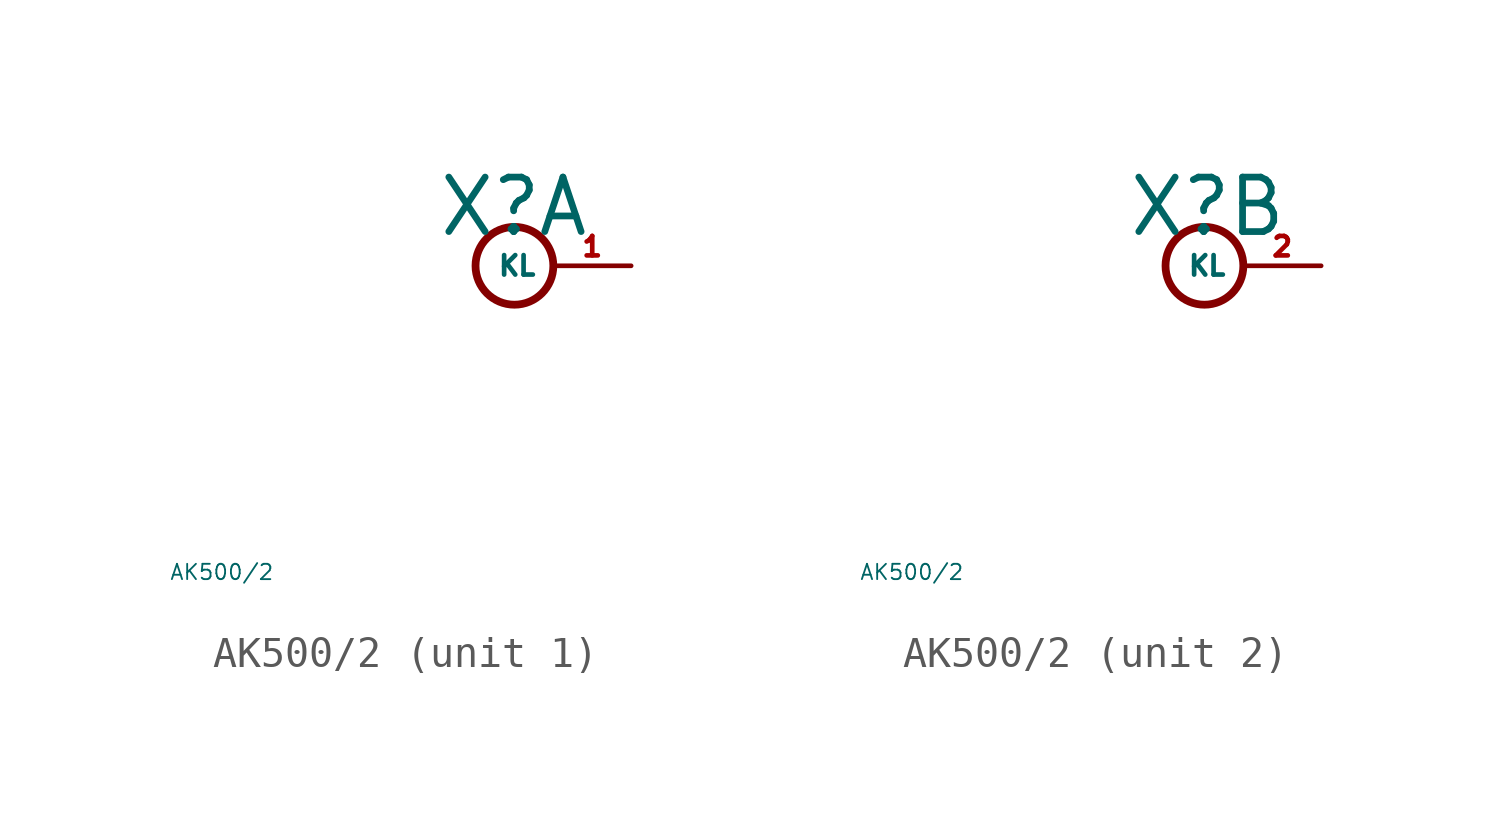
<source format=kicad_sym>
(kicad_symbol_lib
  (version 20220914)
  (generator Eagle2Kicad)
  (symbol "AK500/2"
    (property "Reference" "X"
      (at -1.27 0.889 0)
      (effects (font (size 1.778 1.778) (thickness 0.22)) (justify left bottom)))
    (property "Value" "AK500/2"
      (at -10 -10 0)
      (effects (font (size 0.5 0.5) (thickness 0.06)) (justify left)))
    (symbol "AK500/2_1_0"
      (circle (center 1.27 0) (radius 1.27) (stroke (width 0.254) (type default)) (fill (type none)))
      (pin passive line (at 5.08 0 180) (length 2.54) (name "KL" (effects (font (size 0.635 0.635) (thickness 0.08)) (justify left bottom))) (number "1" (effects (font (size 0.635 0.635) (thickness 0.08)) (justify left bottom)))))
    (symbol "AK500/2_2_0"
      (circle (center 1.27 0) (radius 1.27) (stroke (width 0.254) (type default)) (fill (type none)))
      (pin passive line (at 5.08 0 180) (length 2.54) (name "KL" (effects (font (size 0.635 0.635) (thickness 0.08)) (justify left bottom))) (number "2" (effects (font (size 0.635 0.635) (thickness 0.08)) (justify left bottom)))))))
</source>
